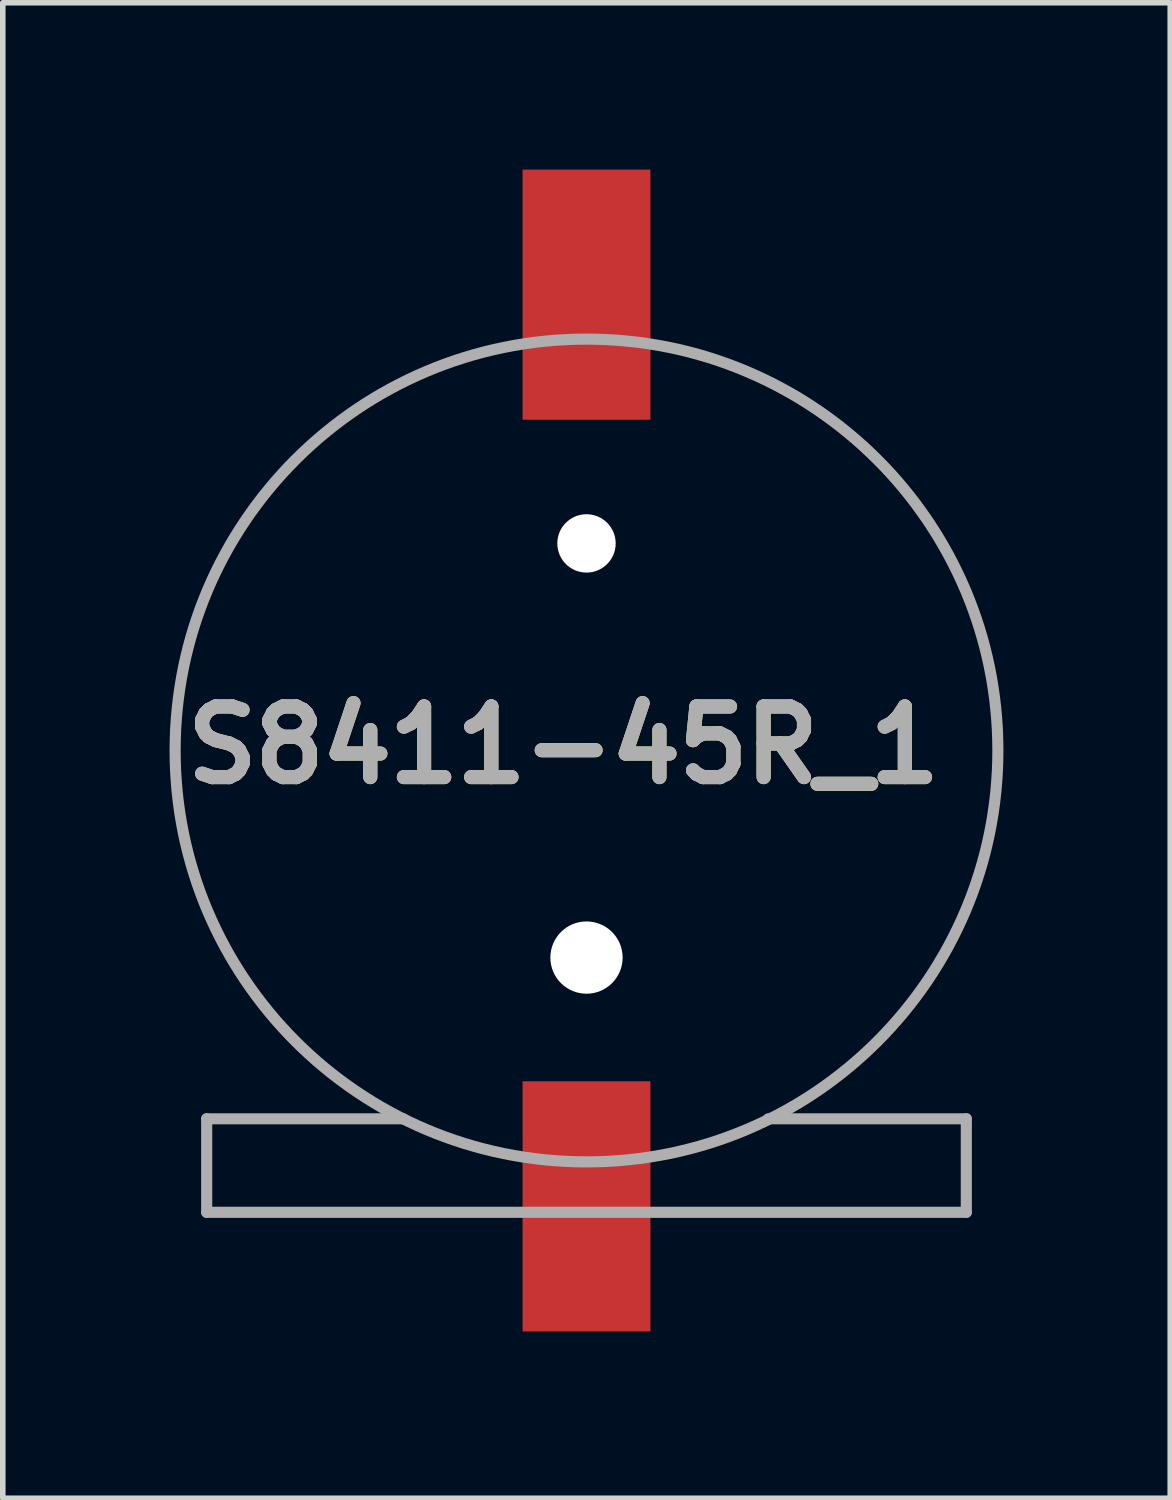
<source format=kicad_pcb>
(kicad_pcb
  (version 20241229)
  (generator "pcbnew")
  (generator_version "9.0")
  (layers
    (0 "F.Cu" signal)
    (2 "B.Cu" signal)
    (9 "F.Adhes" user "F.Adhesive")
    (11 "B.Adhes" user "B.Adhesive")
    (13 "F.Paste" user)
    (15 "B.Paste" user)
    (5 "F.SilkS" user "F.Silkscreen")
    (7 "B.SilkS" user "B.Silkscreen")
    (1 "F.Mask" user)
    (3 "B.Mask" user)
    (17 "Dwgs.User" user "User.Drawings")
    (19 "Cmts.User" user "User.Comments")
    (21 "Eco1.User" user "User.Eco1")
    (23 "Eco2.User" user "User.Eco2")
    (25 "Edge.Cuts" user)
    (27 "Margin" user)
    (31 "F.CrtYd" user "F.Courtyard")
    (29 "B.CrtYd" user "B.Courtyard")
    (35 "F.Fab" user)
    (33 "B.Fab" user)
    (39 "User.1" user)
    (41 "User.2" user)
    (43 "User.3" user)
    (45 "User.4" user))
  (footprint "S8411-45R_1"
    (layer "F.Cu")
    (at 7.5 10.45)
    (property "Reference" "S8411-45R_1" (at -0.412 -0.096 0) (layer "F.SilkS") (effects (font (size 1.27 1.27) (thickness 0.254))))
    (attr through_hole)
    (fp_line (start -6.832 6.625) (end -3.27 6.625) (stroke (width 0.1) (type solid)) (layer "F.SilkS"))
    (fp_line (start -6.832 8.307) (end -6.832 6.625) (stroke (width 0.1) (type solid)) (layer "F.SilkS"))
    (fp_line (start -6.832 8.307) (end -1.553 8.307) (stroke (width 0.1) (type solid)) (layer "F.SilkS"))
    (fp_line (start 6.832 6.625) (end 3.296 6.625) (stroke (width 0.1) (type solid)) (layer "F.SilkS"))
    (fp_line (start 6.832 8.307) (end 1.49 8.307) (stroke (width 0.1) (type solid)) (layer "F.SilkS"))
    (fp_line (start 6.832 8.307) (end 6.832 6.625) (stroke (width 0.1) (type solid)) (layer "F.SilkS"))
    (fp_arc (start -3.295295 6.625783) (mid -7.399998 0.000879) (end -3.29687 -6.625) (stroke (width 0.1) (type solid)) (layer "F.SilkS"))
    (fp_arc (start 3.295287 -6.625787) (mid 7.399995 -0.000884) (end 3.29687 6.625) (stroke (width 0.1) (type solid)) (layer "F.SilkS"))
    (fp_line (start -6.832 6.625) (end -6.832 8.307) (stroke (width 0.2) (type solid)) (layer "F.Fab"))
    (fp_line (start -6.832 8.307) (end 6.832 8.307) (stroke (width 0.2) (type solid)) (layer "F.Fab"))
    (fp_line (start -3.297 6.625) (end -6.832 6.625) (stroke (width 0.2) (type solid)) (layer "F.Fab"))
    (fp_line (start 6.832 6.625) (end 3.27 6.625) (stroke (width 0.2) (type solid)) (layer "F.Fab"))
    (fp_line (start 6.832 8.307) (end 6.832 6.625) (stroke (width 0.2) (type solid)) (layer "F.Fab"))
    (fp_circle (center 0 0) (end 0 7.4) (stroke (width 0.2) (type solid)) (fill no) (layer "F.Fab"))
    (fp_text user "${REFERENCE}" (at -0.412 -0.096 0) (layer "F.Fab") (effects (font (size 1.27 1.27) (thickness 0.254))))
    (pad "" np_thru_hole circle (at 0 -3.725) (size 1.05 1.05) (drill 1.05) (layers "*.Cu" "*.Mask"))
    (pad "" np_thru_hole circle (at 0 3.725) (size 1.3 1.3) (drill 1.3) (layers "*.Cu" "*.Mask"))
    (pad "1" smd rect (at 0 8.2) (size 2.3 4.5) (layers "F.Cu" "F.Mask" "F.Paste"))
    (pad "2" smd rect (at 0 -8.2) (size 2.3 4.5) (layers "F.Cu" "F.Mask" "F.Paste")))
  (gr_rect
    (start -3 -3)
    (end 18 23.9)
    (stroke (width 0.1) (type default))
    (fill no)
    (layer "Edge.Cuts")))
</source>
